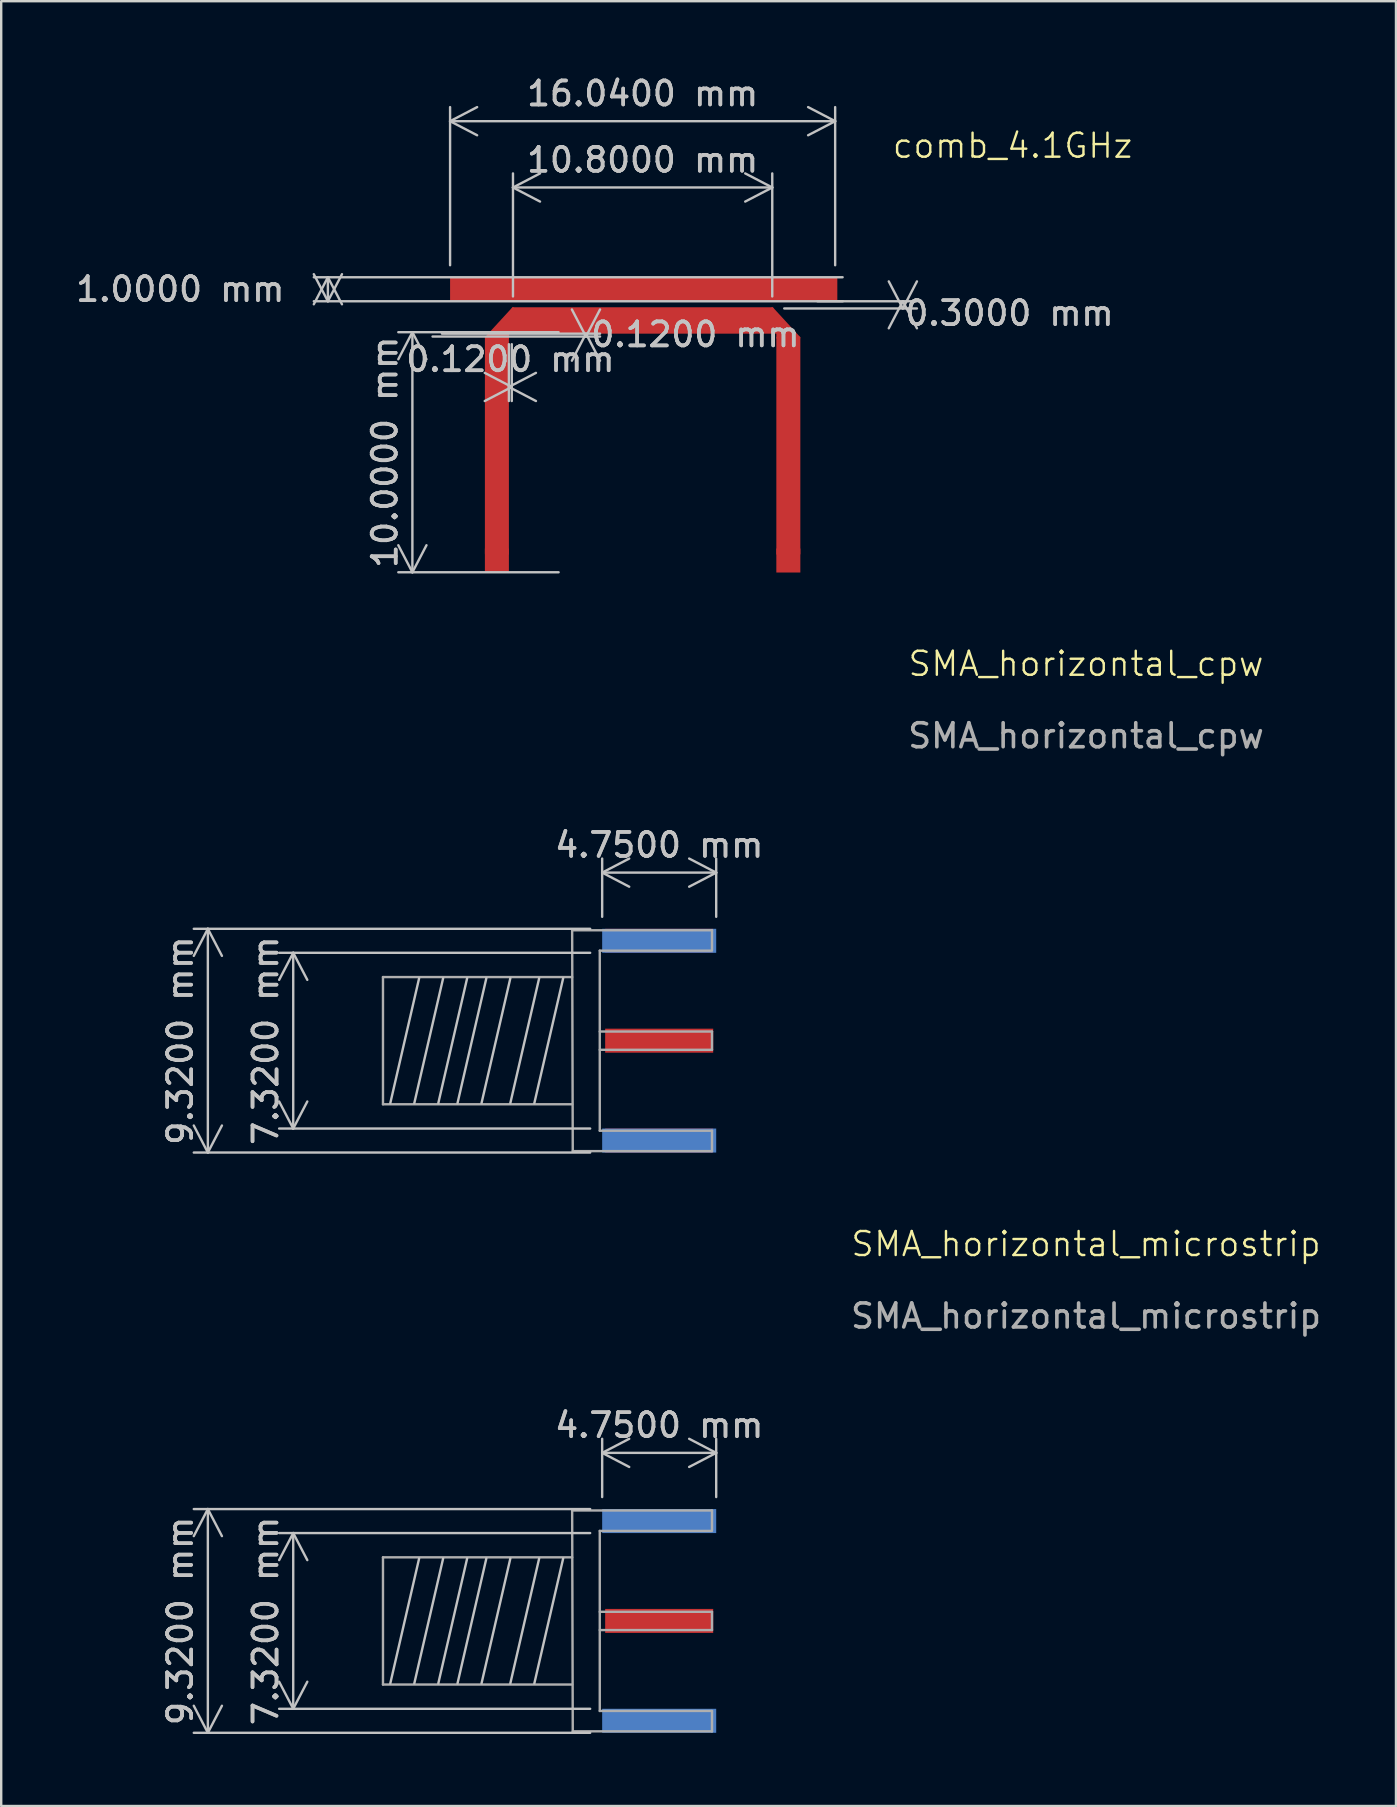
<source format=kicad_pcb>
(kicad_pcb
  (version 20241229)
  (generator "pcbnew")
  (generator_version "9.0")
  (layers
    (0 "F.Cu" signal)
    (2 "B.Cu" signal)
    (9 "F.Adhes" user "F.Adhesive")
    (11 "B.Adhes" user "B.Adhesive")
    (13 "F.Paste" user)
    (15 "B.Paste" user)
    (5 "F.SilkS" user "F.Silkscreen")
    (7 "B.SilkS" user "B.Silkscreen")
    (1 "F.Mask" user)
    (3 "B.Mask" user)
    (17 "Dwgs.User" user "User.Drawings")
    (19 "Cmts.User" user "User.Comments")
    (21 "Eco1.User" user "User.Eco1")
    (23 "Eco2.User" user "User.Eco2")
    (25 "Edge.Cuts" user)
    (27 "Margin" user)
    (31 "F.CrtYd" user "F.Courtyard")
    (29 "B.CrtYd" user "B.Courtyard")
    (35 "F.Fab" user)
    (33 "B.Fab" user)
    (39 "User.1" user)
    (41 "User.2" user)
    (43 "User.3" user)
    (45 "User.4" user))
  (footprint "SMA_horizontal_microstrip"
    (layer "F.Cu")
    (at 24.408 64.469)
    (property "Reference" "SMA_horizontal_microstrip" (at 17.78 -15.7 0) (unlocked yes) (layer "F.SilkS") (effects (font (size 1 1) (thickness 0.1))))
    (attr smd)
    (fp_line (start -10 -2.6) (end -11.2 2.6) (stroke (width 0.1) (type default)) (layer "Dwgs.User"))
    (fp_line (start -9 -2.6) (end -10.2 2.6) (stroke (width 0.1) (type default)) (layer "Dwgs.User"))
    (fp_line (start -8 -2.6) (end -9.2 2.6) (stroke (width 0.1) (type default)) (layer "Dwgs.User"))
    (fp_line (start -7.2 -2.6) (end -8.4 2.6) (stroke (width 0.1) (type default)) (layer "Dwgs.User"))
    (fp_line (start -6.2 -2.6) (end -7.4 2.6) (stroke (width 0.1) (type default)) (layer "Dwgs.User"))
    (fp_line (start -5 -2.6) (end -6.2 2.6) (stroke (width 0.1) (type default)) (layer "Dwgs.User"))
    (fp_line (start -4 -2.6) (end -5.2 2.6) (stroke (width 0.1) (type default)) (layer "Dwgs.User"))
    (fp_line (start -11.505 -2.65) (end -11.505 2.65) (stroke (width 0.1) (type solid)) (layer "F.Fab"))
    (fp_line (start -11.505 -2.65) (end -3.625 -2.65) (stroke (width 0.1) (type solid)) (layer "F.Fab"))
    (fp_line (start -11.505 2.65) (end -3.625 2.65) (stroke (width 0.1) (type solid)) (layer "F.Fab"))
    (fp_line (start -3.625 -4.6) (end -3.6 4.6) (stroke (width 0.1) (type solid)) (layer "F.Fab"))
    (fp_line (start -3.6 4.6) (end 2.2 4.6) (stroke (width 0.1) (type solid)) (layer "F.Fab"))
    (fp_line (start -2.475 -3.75) (end -2.475 3.75) (stroke (width 0.1) (type solid)) (layer "F.Fab"))
    (fp_line (start -2.475 -3.75) (end 2.2 -3.75) (stroke (width 0.1) (type solid)) (layer "F.Fab"))
    (fp_line (start -2.475 -0.38) (end 2.2 -0.38) (stroke (width 0.1) (type solid)) (layer "F.Fab"))
    (fp_line (start -2.475 0.38) (end 2.2 0.38) (stroke (width 0.1) (type solid)) (layer "F.Fab"))
    (fp_line (start -2.475 3.75) (end 2.2 3.75) (stroke (width 0.1) (type solid)) (layer "F.Fab"))
    (fp_line (start 2.2 -4.6) (end -3.625 -4.6) (stroke (width 0.1) (type solid)) (layer "F.Fab"))
    (fp_line (start 2.2 -4.6) (end 2.2 -3.8) (stroke (width 0.1) (type solid)) (layer "F.Fab"))
    (fp_line (start 2.2 -0.38) (end 2.2 0.38) (stroke (width 0.1) (type solid)) (layer "F.Fab"))
    (fp_line (start 2.2 3.75) (end 2.2 4.6) (stroke (width 0.1) (type solid)) (layer "F.Fab"))
    (fp_text user "${REFERENCE}" (at 17.78 -12.7 0) (unlocked yes) (layer "F.Fab") (effects (font (size 1 1) (thickness 0.15))))
    (dimension (type aligned) (layer "Dwgs.User") (pts (xy 22.033 60.809) (xy 22.033 68.129)) (height 12.869) (format (prefix "") (suffix "") (units 3) (units_format 1) (precision 4)) (style (thickness 0.1) (arrow_length 1.27) (text_position_mode 0) (arrow_direction outward) (extension_height 0.586) (extension_offset 0.5) (keep_text_aligned yes)) (gr_text "7.3200 mm" (at 8.015 64.469 90) (layer "Dwgs.User") (effects (font (size 1 1) (thickness 0.15)))))
    (dimension (type aligned) (layer "Dwgs.User") (pts (xy 22.033 59.809) (xy 26.783 59.809)) (height -2.34) (format (prefix "") (suffix "") (units 3) (units_format 1) (precision 4)) (style (thickness 0.1) (arrow_length 1.27) (text_position_mode 0) (arrow_direction outward) (extension_height 0.586) (extension_offset 0.5) (keep_text_aligned yes)) (gr_text "4.7500 mm" (at 24.408 56.319 0) (layer "Dwgs.User") (effects (font (size 1 1) (thickness 0.15)))))
    (dimension (type aligned) (layer "Dwgs.User") (pts (xy 22.033 59.809) (xy 22.033 69.129)) (height 16.425) (format (prefix "") (suffix "") (units 3) (units_format 1) (precision 4)) (style (thickness 0.1) (arrow_length 1.27) (text_position_mode 0) (arrow_direction outward) (extension_height 0.586) (extension_offset 0.5) (keep_text_aligned yes)) (gr_text "9.3200 mm" (at 4.458 64.469 90) (layer "Dwgs.User") (effects (font (size 1 1) (thickness 0.15)))))
    (pad "1" smd rect (at 0 0) (size 4.5 1) (layers "F.Cu"))
    (pad "2" smd rect (at 0 -4.16) (size 4.75 1) (layers "B.Cu"))
    (pad "2" smd rect (at 0 4.16) (size 4.75 1) (layers "B.Cu")))
  (footprint "comb_4.1GHz"
    (layer "F.Cu")
    (at 23.718 8.998)
    (property "Reference" "comb_4.1GHz" (at 15.41 -5.98 0) (unlocked yes) (layer "F.SilkS") (effects (font (size 1 1) (thickness 0.1))))
    (attr smd)
    (fp_rect (start -7.63 -0.45) (end 8.06 0.45) (stroke (width 0.1) (type solid)) (fill yes) (layer "F.Cu"))
    (fp_rect (start -6.52 2.02) (end -5.62 11.02) (stroke (width 0.1) (type solid)) (fill yes) (layer "F.Cu"))
    (fp_rect (start -5.4 0.8) (end 5.4 1.8) (stroke (width 0.1) (type solid)) (fill yes) (layer "F.Cu"))
    (fp_rect (start 6.52 2.02) (end 5.62 11.02) (stroke (width 0.1) (type solid)) (fill yes) (layer "F.Cu"))
    (fp_poly (pts (xy -5.62 2.02) (xy -5.62 1.8) (xy -5.4 1.8) (xy -5.4 0.8) (xy -6.52 2.02)) (stroke (width 0.1) (type solid)) (fill yes) (layer "F.Cu"))
    (fp_poly (pts (xy 5.62 2.02) (xy 5.62 1.8) (xy 5.4 1.8) (xy 5.4 0.8) (xy 6.52 2.02)) (stroke (width 0.1) (type solid)) (fill yes) (layer "F.Cu"))
    (dimension (type aligned) (layer "Dwgs.User") (pts (xy 31.738 8.498) (xy 15.698 8.498)) (height 6.5) (format (prefix "") (suffix "") (units 3) (units_format 1) (precision 4)) (style (thickness 0.1) (arrow_length 1.27) (text_position_mode 0) (arrow_direction outward) (extension_height 0.586) (extension_offset 0.5) (keep_text_aligned yes)) (gr_text "16.0400 mm" (at 23.718 0.848 0) (layer "Dwgs.User") (effects (font (size 1 1) (thickness 0.15)))))
    (dimension (type aligned) (layer "Dwgs.User") (pts (xy 29.118 9.798) (xy 18.318 9.798)) (height 5.038) (format (prefix "") (suffix "") (units 3) (units_format 1) (precision 4)) (style (thickness 0.1) (arrow_length 1.27) (text_position_mode 0) (arrow_direction outward) (extension_height 0.586) (extension_offset 0.5) (keep_text_aligned yes)) (gr_text "10.8000 mm" (at 23.718 3.61 0) (layer "Dwgs.User") (effects (font (size 1 1) (thickness 0.15)))))
    (dimension (type orthogonal) (layer "Dwgs.User") (pts (xy 20.718 10.788) (xy 20.718 20.788)) (height -6.59) (orientation 1) (format (prefix "") (suffix "") (units 3) (units_format 1) (precision 4)) (style (thickness 0.1) (arrow_length 1.27) (text_position_mode 0) (arrow_direction outward) (extension_height 0.586) (extension_offset 0.5) (keep_text_aligned yes)) (gr_text "10.0000 mm" (at 12.978 15.788 90) (layer "Dwgs.User") (effects (font (size 1 1) (thickness 0.15)))))
    (dimension (type orthogonal) (layer "Dwgs.User") (pts (xy 14.858 10.848) (xy 14.468 10.968)) (height 6.5) (orientation 1) (format (prefix "") (suffix "") (units 3) (units_format 1) (precision 4)) (style (thickness 0.1) (arrow_length 1.27) (text_position_mode 2) (arrow_direction outward) (extension_height 0.586) (extension_offset 0.5)) (gr_text "0.1200 mm" (at 25.918 10.883 0) (layer "Dwgs.User") (effects (font (size 1 1) (thickness 0.15)))))
    (dimension (type orthogonal) (layer "Dwgs.User") (pts (xy 18.268 10.788) (xy 18.148 10.788)) (height 2.28) (orientation 0) (format (prefix "") (suffix "") (units 3) (units_format 1) (precision 4)) (style (thickness 0.1) (arrow_length 1.27) (text_position_mode 0) (arrow_direction outward) (extension_height 0.586) (extension_offset 0.5) (keep_text_aligned yes)) (gr_text "0.1200 mm" (at 18.208 11.918 0) (layer "Dwgs.User") (effects (font (size 1 1) (thickness 0.15)))))
    (dimension (type orthogonal) (layer "Dwgs.User") (pts (xy 32.548 8.498) (xy 32.558 9.498)) (height -21.94) (orientation 1) (format (prefix "") (suffix "") (units 3) (units_format 1) (precision 4)) (style (thickness 0.1) (arrow_length 1.27) (text_position_mode 2) (arrow_direction outward) (extension_height 0.586) (extension_offset 0.5)) (gr_text "1.0000 mm" (at 4.458 8.998 0) (layer "Dwgs.User") (effects (font (size 1 1) (thickness 0.15)))))
    (dimension (type orthogonal) (layer "Dwgs.User") (pts (xy 30.498 9.498) (xy 29.118 9.798)) (height 4.06) (orientation 1) (format (prefix "") (suffix "") (units 3) (units_format 1) (precision 4)) (style (thickness 0.1) (arrow_length 1.27) (text_position_mode 2) (arrow_direction outward) (extension_height 0.586) (extension_offset 0.5)) (gr_text "0.3000 mm" (at 38.998 9.998 0) (layer "Dwgs.User") (effects (font (size 1 1) (thickness 0.15)))))
    (pad "1" smd rect (at -7.52 0) (size 1 1) (layers "F.Cu"))
    (pad "2" smd rect (at -6.07 11.3) (size 1 1) (layers "F.Cu"))
    (pad "3" smd rect (at 7.52 0) (size 1 1) (layers "F.Cu"))
    (pad "4" smd rect (at 6.07 11.3) (size 1 1) (layers "F.Cu")))
  (footprint "SMA_horizontal_cpw"
    (layer "F.Cu")
    (at 24.408 40.299)
    (property "Reference" "SMA_horizontal_cpw" (at 17.78 -15.7 0) (unlocked yes) (layer "F.SilkS") (effects (font (size 1 1) (thickness 0.1))))
    (attr smd)
    (fp_line (start -10 -2.6) (end -11.2 2.6) (stroke (width 0.1) (type default)) (layer "Dwgs.User"))
    (fp_line (start -9 -2.6) (end -10.2 2.6) (stroke (width 0.1) (type default)) (layer "Dwgs.User"))
    (fp_line (start -8 -2.6) (end -9.2 2.6) (stroke (width 0.1) (type default)) (layer "Dwgs.User"))
    (fp_line (start -7.2 -2.6) (end -8.4 2.6) (stroke (width 0.1) (type default)) (layer "Dwgs.User"))
    (fp_line (start -6.2 -2.6) (end -7.4 2.6) (stroke (width 0.1) (type default)) (layer "Dwgs.User"))
    (fp_line (start -5 -2.6) (end -6.2 2.6) (stroke (width 0.1) (type default)) (layer "Dwgs.User"))
    (fp_line (start -4 -2.6) (end -5.2 2.6) (stroke (width 0.1) (type default)) (layer "Dwgs.User"))
    (fp_line (start -11.505 -2.65) (end -11.505 2.65) (stroke (width 0.1) (type solid)) (layer "F.Fab"))
    (fp_line (start -11.505 -2.65) (end -3.625 -2.65) (stroke (width 0.1) (type solid)) (layer "F.Fab"))
    (fp_line (start -11.505 2.65) (end -3.625 2.65) (stroke (width 0.1) (type solid)) (layer "F.Fab"))
    (fp_line (start -3.625 -4.6) (end -3.6 4.6) (stroke (width 0.1) (type solid)) (layer "F.Fab"))
    (fp_line (start -3.6 4.6) (end 2.2 4.6) (stroke (width 0.1) (type solid)) (layer "F.Fab"))
    (fp_line (start -2.475 -3.75) (end -2.475 3.75) (stroke (width 0.1) (type solid)) (layer "F.Fab"))
    (fp_line (start -2.475 -3.75) (end 2.2 -3.75) (stroke (width 0.1) (type solid)) (layer "F.Fab"))
    (fp_line (start -2.475 -0.38) (end 2.2 -0.38) (stroke (width 0.1) (type solid)) (layer "F.Fab"))
    (fp_line (start -2.475 0.38) (end 2.2 0.38) (stroke (width 0.1) (type solid)) (layer "F.Fab"))
    (fp_line (start -2.475 3.75) (end 2.2 3.75) (stroke (width 0.1) (type solid)) (layer "F.Fab"))
    (fp_line (start 2.2 -4.6) (end -3.625 -4.6) (stroke (width 0.1) (type solid)) (layer "F.Fab"))
    (fp_line (start 2.2 -4.6) (end 2.2 -3.8) (stroke (width 0.1) (type solid)) (layer "F.Fab"))
    (fp_line (start 2.2 -0.38) (end 2.2 0.38) (stroke (width 0.1) (type solid)) (layer "F.Fab"))
    (fp_line (start 2.2 3.75) (end 2.2 4.6) (stroke (width 0.1) (type solid)) (layer "F.Fab"))
    (fp_text user "${REFERENCE}" (at 17.78 -12.7 0) (unlocked yes) (layer "F.Fab") (effects (font (size 1 1) (thickness 0.15))))
    (dimension (type aligned) (layer "Dwgs.User") (pts (xy 22.033 35.639) (xy 26.783 35.639)) (height -2.34) (format (prefix "") (suffix "") (units 3) (units_format 1) (precision 4)) (style (thickness 0.1) (arrow_length 1.27) (text_position_mode 0) (arrow_direction outward) (extension_height 0.586) (extension_offset 0.5) (keep_text_aligned yes)) (gr_text "4.7500 mm" (at 24.408 32.149 0) (layer "Dwgs.User") (effects (font (size 1 1) (thickness 0.15)))))
    (dimension (type aligned) (layer "Dwgs.User") (pts (xy 22.033 36.639) (xy 22.033 43.959)) (height 12.869) (format (prefix "") (suffix "") (units 3) (units_format 1) (precision 4)) (style (thickness 0.1) (arrow_length 1.27) (text_position_mode 0) (arrow_direction outward) (extension_height 0.586) (extension_offset 0.5) (keep_text_aligned yes)) (gr_text "7.3200 mm" (at 8.015 40.299 90) (layer "Dwgs.User") (effects (font (size 1 1) (thickness 0.15)))))
    (dimension (type aligned) (layer "Dwgs.User") (pts (xy 22.033 35.639) (xy 22.033 44.959)) (height 16.425) (format (prefix "") (suffix "") (units 3) (units_format 1) (precision 4)) (style (thickness 0.1) (arrow_length 1.27) (text_position_mode 0) (arrow_direction outward) (extension_height 0.586) (extension_offset 0.5) (keep_text_aligned yes)) (gr_text "9.3200 mm" (at 4.458 40.299 90) (layer "Dwgs.User") (effects (font (size 1 1) (thickness 0.15)))))
    (pad "1" smd rect (at 0 0) (size 4.5 1) (layers "F.Cu"))
    (pad "2" smd rect (at 0 -4.16) (size 4.5 1) (layers "F.Cu"))
    (pad "2" smd rect (at 0 -4.16) (size 4.75 1) (layers "B.Cu"))
    (pad "2" smd rect (at 0 4.16) (size 4.5 1) (layers "F.Cu"))
    (pad "2" smd rect (at 0 4.16) (size 4.75 1) (layers "B.Cu")))
  (gr_rect
    (start -3 -3)
    (end 55.099 72.179)
    (stroke (width 0.1) (type default))
    (fill no)
    (layer "Edge.Cuts")))
</source>
